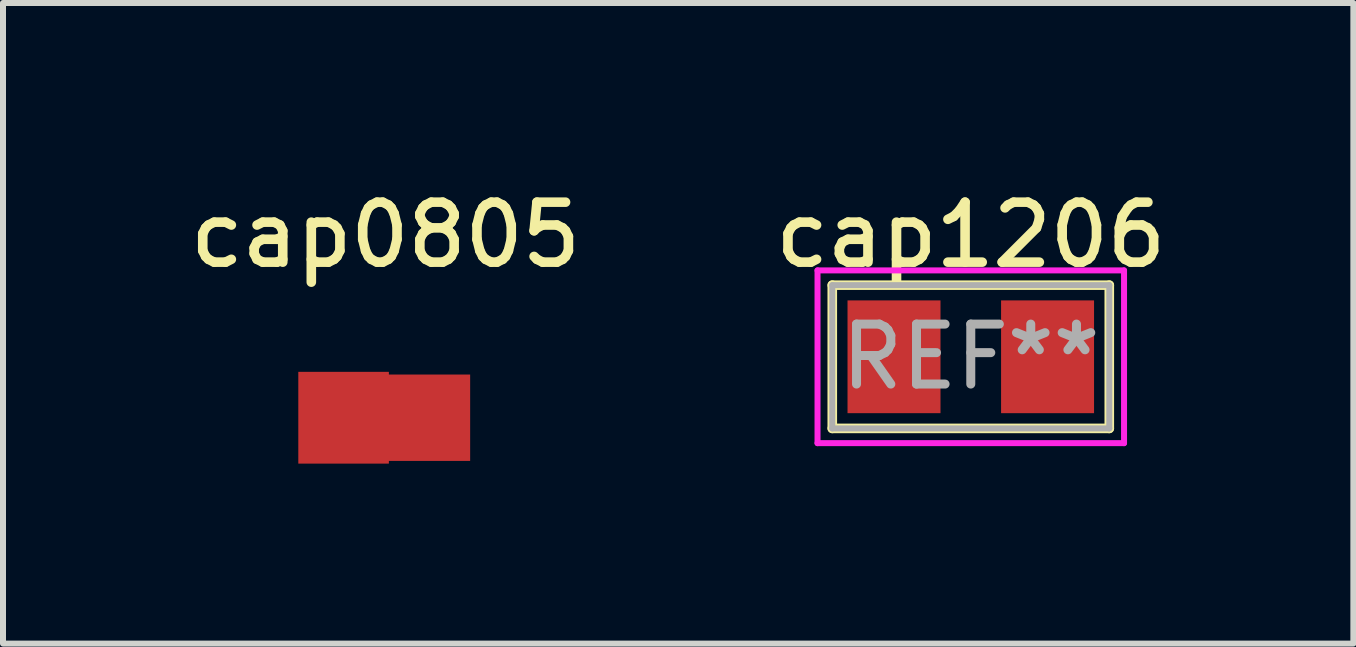
<source format=kicad_pcb>
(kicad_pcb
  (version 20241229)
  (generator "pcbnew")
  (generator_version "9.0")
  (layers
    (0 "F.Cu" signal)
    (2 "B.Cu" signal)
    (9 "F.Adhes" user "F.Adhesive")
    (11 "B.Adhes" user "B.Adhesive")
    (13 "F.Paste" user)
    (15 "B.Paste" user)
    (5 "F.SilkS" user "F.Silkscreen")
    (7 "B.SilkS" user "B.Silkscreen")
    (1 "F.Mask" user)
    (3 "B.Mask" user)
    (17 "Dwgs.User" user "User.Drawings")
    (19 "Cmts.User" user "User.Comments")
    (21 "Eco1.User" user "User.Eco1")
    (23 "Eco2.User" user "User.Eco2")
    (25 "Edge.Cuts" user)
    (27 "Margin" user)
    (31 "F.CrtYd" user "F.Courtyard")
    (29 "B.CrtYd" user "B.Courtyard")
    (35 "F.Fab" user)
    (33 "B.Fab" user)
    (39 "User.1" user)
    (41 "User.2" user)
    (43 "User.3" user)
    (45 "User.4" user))
  (footprint "cap0805"
    (layer "F.Cu")
    (at 3.378 3.914)
    (property "Reference" "cap0805" (at 0 -3.048 0) (unlocked yes) (layer "F.SilkS") (effects (font (size 1 1) (thickness 0.16))))
    (pad "1" smd rect (at -0.7 0) (size 1.51 1.53) (layers "F.Cu" "F.Mask" "F.Paste"))
    (pad "2" smd rect (at 0.71 0) (size 1.4 1.44) (layers "F.Cu" "F.Mask" "F.Paste")))
  (footprint "cap1206"
    (layer "F.Cu")
    (at 13.134 2.898)
    (property "Reference" "cap1206" (at 0 -2.032 0) (unlocked yes) (layer "F.SilkS") (effects (font (size 1 1) (thickness 0.16))))
    (attr smd)
    (fp_line (start -2.309 -1.194) (end 2.309 -1.194) (stroke (width 0.16) (type solid)) (layer "F.SilkS"))
    (fp_line (start -2.309 1.194) (end -2.309 -1.194) (stroke (width 0.16) (type solid)) (layer "F.SilkS"))
    (fp_line (start -2.309 1.194) (end 2.309 1.194) (stroke (width 0.16) (type solid)) (layer "F.SilkS"))
    (fp_line (start 2.309 1.194) (end 2.309 -1.194) (stroke (width 0.16) (type solid)) (layer "F.SilkS"))
    (fp_line (start -2.555 -1.44) (end 2.555 -1.44) (stroke (width 0.1) (type solid)) (layer "F.CrtYd"))
    (fp_line (start -2.555 1.44) (end -2.555 -1.44) (stroke (width 0.1) (type solid)) (layer "F.CrtYd"))
    (fp_line (start -2.555 1.44) (end 2.555 1.44) (stroke (width 0.1) (type solid)) (layer "F.CrtYd"))
    (fp_line (start 2.555 1.44) (end 2.555 -1.44) (stroke (width 0.1) (type solid)) (layer "F.CrtYd"))
    (fp_line (start -2.309 -1.194) (end 2.309 -1.194) (stroke (width 0.1) (type solid)) (layer "F.Fab"))
    (fp_line (start -2.309 1.194) (end -2.309 -1.194) (stroke (width 0.1) (type solid)) (layer "F.Fab"))
    (fp_line (start -2.309 1.194) (end 2.309 1.194) (stroke (width 0.1) (type solid)) (layer "F.Fab"))
    (fp_line (start 2.309 1.194) (end 2.309 -1.194) (stroke (width 0.1) (type solid)) (layer "F.Fab"))
    (fp_text user "REF**" (at 0 0 0) (unlocked yes) (layer "F.Fab") (effects (font (size 1 1) (thickness 0.15))))
    (pad "1" smd rect (at -1.28 0) (size 1.55 1.88) (layers "F.Cu" "F.Mask" "F.Paste"))
    (pad "2" smd rect (at 1.28 0) (size 1.55 1.88) (layers "F.Cu" "F.Mask" "F.Paste")))
  (gr_rect
    (start -3 -3)
    (end 19.512 7.679)
    (stroke (width 0.1) (type default))
    (fill no)
    (layer "Edge.Cuts")))
</source>
